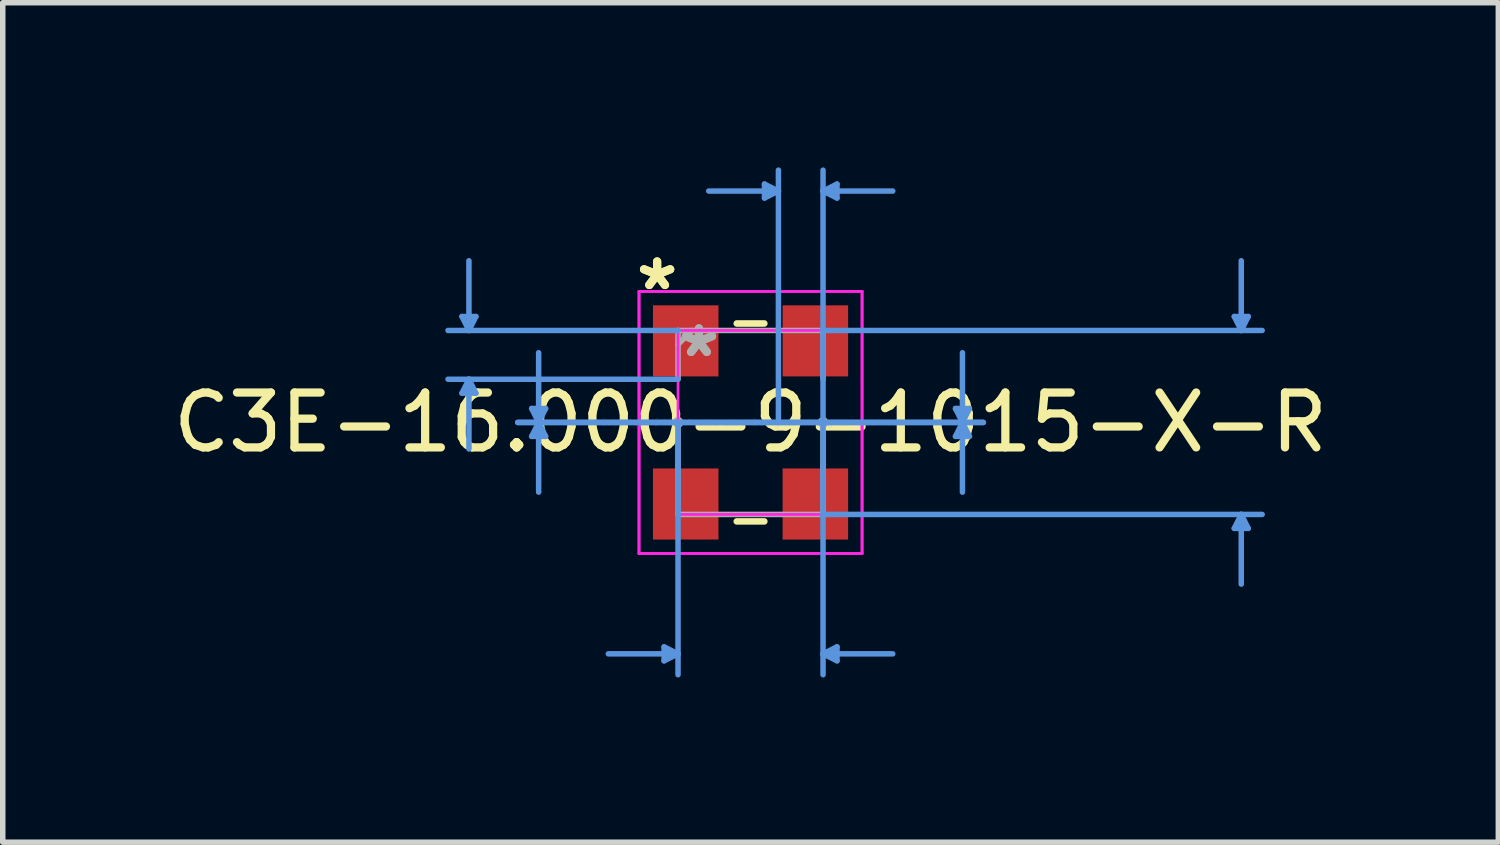
<source format=kicad_pcb>
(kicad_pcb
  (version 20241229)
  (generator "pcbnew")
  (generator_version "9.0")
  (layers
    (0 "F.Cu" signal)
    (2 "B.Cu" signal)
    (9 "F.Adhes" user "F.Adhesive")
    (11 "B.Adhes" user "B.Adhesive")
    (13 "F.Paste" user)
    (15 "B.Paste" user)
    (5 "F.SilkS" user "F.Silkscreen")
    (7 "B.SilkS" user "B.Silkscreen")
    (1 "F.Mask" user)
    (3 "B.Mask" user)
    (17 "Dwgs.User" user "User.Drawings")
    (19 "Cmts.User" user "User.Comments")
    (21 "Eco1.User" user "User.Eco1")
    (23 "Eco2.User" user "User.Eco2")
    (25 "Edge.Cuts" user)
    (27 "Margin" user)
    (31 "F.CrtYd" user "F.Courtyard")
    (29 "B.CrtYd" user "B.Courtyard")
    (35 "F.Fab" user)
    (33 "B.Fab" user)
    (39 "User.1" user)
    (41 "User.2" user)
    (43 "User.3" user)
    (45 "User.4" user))
  (footprint "C3E-16.000-9-1015-X-R"
    (layer "F.Cu")
    (at 10.625 4.647)
    (property "Reference" "C3E-16.000-9-1015-X-R" (at 0 0 0) (layer "F.SilkS") (effects (font (size 1 1) (thickness 0.15))))
    (attr through_hole)
    (fp_line (start -0.251 -1.803) (end 0.251 -1.803) (stroke (width 0.12) (type solid)) (layer "F.SilkS"))
    (fp_line (start -0.251 1.803) (end 0.251 1.803) (stroke (width 0.12) (type solid)) (layer "F.SilkS"))
    (fp_line (start -5.258 -1.93) (end -5.004 -1.93) (stroke (width 0.1) (type solid)) (layer "Cmts.User"))
    (fp_line (start -5.258 -0.533) (end -5.004 -0.533) (stroke (width 0.1) (type solid)) (layer "Cmts.User"))
    (fp_line (start -5.131 -1.676) (end -5.258 -1.93) (stroke (width 0.1) (type solid)) (layer "Cmts.User"))
    (fp_line (start -5.131 -1.676) (end -5.131 -2.946) (stroke (width 0.1) (type solid)) (layer "Cmts.User"))
    (fp_line (start -5.131 -1.676) (end -5.004 -1.93) (stroke (width 0.1) (type solid)) (layer "Cmts.User"))
    (fp_line (start -5.131 -0.787) (end -5.258 -0.533) (stroke (width 0.1) (type solid)) (layer "Cmts.User"))
    (fp_line (start -5.131 -0.787) (end -5.131 0.483) (stroke (width 0.1) (type solid)) (layer "Cmts.User"))
    (fp_line (start -5.131 -0.787) (end -5.004 -0.533) (stroke (width 0.1) (type solid)) (layer "Cmts.User"))
    (fp_line (start -3.988 -0.254) (end -3.734 -0.254) (stroke (width 0.1) (type solid)) (layer "Cmts.User"))
    (fp_line (start -3.988 0.254) (end -3.734 0.254) (stroke (width 0.1) (type solid)) (layer "Cmts.User"))
    (fp_line (start -3.861 0) (end -3.988 -0.254) (stroke (width 0.1) (type solid)) (layer "Cmts.User"))
    (fp_line (start -3.861 0) (end -3.988 0.254) (stroke (width 0.1) (type solid)) (layer "Cmts.User"))
    (fp_line (start -3.861 0) (end -3.861 -1.27) (stroke (width 0.1) (type solid)) (layer "Cmts.User"))
    (fp_line (start -3.861 0) (end -3.861 1.27) (stroke (width 0.1) (type solid)) (layer "Cmts.User"))
    (fp_line (start -3.861 0) (end -3.734 -0.254) (stroke (width 0.1) (type solid)) (layer "Cmts.User"))
    (fp_line (start -3.861 0) (end -3.734 0.254) (stroke (width 0.1) (type solid)) (layer "Cmts.User"))
    (fp_line (start -1.575 4.089) (end -1.575 4.343) (stroke (width 0.1) (type solid)) (layer "Cmts.User"))
    (fp_line (start -1.321 -1.676) (end -5.512 -1.676) (stroke (width 0.1) (type solid)) (layer "Cmts.User"))
    (fp_line (start -1.321 -0.787) (end -5.512 -0.787) (stroke (width 0.1) (type solid)) (layer "Cmts.User"))
    (fp_line (start -1.321 0) (end -1.321 4.597) (stroke (width 0.1) (type solid)) (layer "Cmts.User"))
    (fp_line (start -1.321 4.216) (end -2.591 4.216) (stroke (width 0.1) (type solid)) (layer "Cmts.User"))
    (fp_line (start -1.321 4.216) (end -1.575 4.089) (stroke (width 0.1) (type solid)) (layer "Cmts.User"))
    (fp_line (start -1.321 4.216) (end -1.575 4.343) (stroke (width 0.1) (type solid)) (layer "Cmts.User"))
    (fp_line (start 0.254 -4.343) (end 0.254 -4.089) (stroke (width 0.1) (type solid)) (layer "Cmts.User"))
    (fp_line (start 0.508 -4.216) (end -0.762 -4.216) (stroke (width 0.1) (type solid)) (layer "Cmts.User"))
    (fp_line (start 0.508 -4.216) (end 0.254 -4.343) (stroke (width 0.1) (type solid)) (layer "Cmts.User"))
    (fp_line (start 0.508 -4.216) (end 0.254 -4.089) (stroke (width 0.1) (type solid)) (layer "Cmts.User"))
    (fp_line (start 0.508 0) (end 0.508 -4.597) (stroke (width 0.1) (type solid)) (layer "Cmts.User"))
    (fp_line (start 1.321 -4.216) (end 1.575 -4.343) (stroke (width 0.1) (type solid)) (layer "Cmts.User"))
    (fp_line (start 1.321 -4.216) (end 1.575 -4.089) (stroke (width 0.1) (type solid)) (layer "Cmts.User"))
    (fp_line (start 1.321 -4.216) (end 2.591 -4.216) (stroke (width 0.1) (type solid)) (layer "Cmts.User"))
    (fp_line (start 1.321 -1.676) (end 9.322 -1.676) (stroke (width 0.1) (type solid)) (layer "Cmts.User"))
    (fp_line (start 1.321 0) (end -4.242 0) (stroke (width 0.1) (type solid)) (layer "Cmts.User"))
    (fp_line (start 1.321 0) (end -4.242 0) (stroke (width 0.1) (type solid)) (layer "Cmts.User"))
    (fp_line (start 1.321 0) (end 1.321 -4.597) (stroke (width 0.1) (type solid)) (layer "Cmts.User"))
    (fp_line (start 1.321 0) (end 1.321 4.597) (stroke (width 0.1) (type solid)) (layer "Cmts.User"))
    (fp_line (start 1.321 0) (end 4.242 0) (stroke (width 0.1) (type solid)) (layer "Cmts.User"))
    (fp_line (start 1.321 0) (end 4.242 0) (stroke (width 0.1) (type solid)) (layer "Cmts.User"))
    (fp_line (start 1.321 1.676) (end 9.322 1.676) (stroke (width 0.1) (type solid)) (layer "Cmts.User"))
    (fp_line (start 1.321 4.216) (end 1.575 4.089) (stroke (width 0.1) (type solid)) (layer "Cmts.User"))
    (fp_line (start 1.321 4.216) (end 1.575 4.343) (stroke (width 0.1) (type solid)) (layer "Cmts.User"))
    (fp_line (start 1.321 4.216) (end 2.591 4.216) (stroke (width 0.1) (type solid)) (layer "Cmts.User"))
    (fp_line (start 1.575 -4.343) (end 1.575 -4.089) (stroke (width 0.1) (type solid)) (layer "Cmts.User"))
    (fp_line (start 1.575 4.089) (end 1.575 4.343) (stroke (width 0.1) (type solid)) (layer "Cmts.User"))
    (fp_line (start 3.734 -0.254) (end 3.988 -0.254) (stroke (width 0.1) (type solid)) (layer "Cmts.User"))
    (fp_line (start 3.734 0.254) (end 3.988 0.254) (stroke (width 0.1) (type solid)) (layer "Cmts.User"))
    (fp_line (start 3.861 0) (end 3.734 -0.254) (stroke (width 0.1) (type solid)) (layer "Cmts.User"))
    (fp_line (start 3.861 0) (end 3.734 0.254) (stroke (width 0.1) (type solid)) (layer "Cmts.User"))
    (fp_line (start 3.861 0) (end 3.861 -1.27) (stroke (width 0.1) (type solid)) (layer "Cmts.User"))
    (fp_line (start 3.861 0) (end 3.861 1.27) (stroke (width 0.1) (type solid)) (layer "Cmts.User"))
    (fp_line (start 3.861 0) (end 3.988 -0.254) (stroke (width 0.1) (type solid)) (layer "Cmts.User"))
    (fp_line (start 3.861 0) (end 3.988 0.254) (stroke (width 0.1) (type solid)) (layer "Cmts.User"))
    (fp_line (start 8.814 -1.93) (end 9.068 -1.93) (stroke (width 0.1) (type solid)) (layer "Cmts.User"))
    (fp_line (start 8.814 1.93) (end 9.068 1.93) (stroke (width 0.1) (type solid)) (layer "Cmts.User"))
    (fp_line (start 8.941 -1.676) (end 8.814 -1.93) (stroke (width 0.1) (type solid)) (layer "Cmts.User"))
    (fp_line (start 8.941 -1.676) (end 8.941 -2.946) (stroke (width 0.1) (type solid)) (layer "Cmts.User"))
    (fp_line (start 8.941 -1.676) (end 9.068 -1.93) (stroke (width 0.1) (type solid)) (layer "Cmts.User"))
    (fp_line (start 8.941 1.676) (end 8.814 1.93) (stroke (width 0.1) (type solid)) (layer "Cmts.User"))
    (fp_line (start 8.941 1.676) (end 8.941 2.946) (stroke (width 0.1) (type solid)) (layer "Cmts.User"))
    (fp_line (start 8.941 1.676) (end 9.068 1.93) (stroke (width 0.1) (type solid)) (layer "Cmts.User"))
    (fp_line (start -2.032 -2.388) (end 2.032 -2.388) (stroke (width 0.05) (type solid)) (layer "F.CrtYd"))
    (fp_line (start -2.032 -2.388) (end 2.032 -2.388) (stroke (width 0.05) (type solid)) (layer "F.CrtYd"))
    (fp_line (start -2.032 2.388) (end -2.032 -2.388) (stroke (width 0.05) (type solid)) (layer "F.CrtYd"))
    (fp_line (start -2.032 2.388) (end -2.032 -2.388) (stroke (width 0.05) (type solid)) (layer "F.CrtYd"))
    (fp_line (start -1.321 -1.676) (end 1.321 -1.676) (stroke (width 0.05) (type solid)) (layer "F.CrtYd"))
    (fp_line (start -1.321 1.676) (end -1.321 -1.676) (stroke (width 0.05) (type solid)) (layer "F.CrtYd"))
    (fp_line (start 1.321 -1.676) (end 1.321 1.676) (stroke (width 0.05) (type solid)) (layer "F.CrtYd"))
    (fp_line (start 1.321 1.676) (end -1.321 1.676) (stroke (width 0.05) (type solid)) (layer "F.CrtYd"))
    (fp_line (start 2.032 -2.388) (end 2.032 2.388) (stroke (width 0.05) (type solid)) (layer "F.CrtYd"))
    (fp_line (start 2.032 -2.388) (end 2.032 2.388) (stroke (width 0.05) (type solid)) (layer "F.CrtYd"))
    (fp_line (start 2.032 2.388) (end -2.032 2.388) (stroke (width 0.05) (type solid)) (layer "F.CrtYd"))
    (fp_line (start 2.032 2.388) (end -2.032 2.388) (stroke (width 0.05) (type solid)) (layer "F.CrtYd"))
    (fp_line (start -1.321 -1.676) (end 1.321 -1.676) (stroke (width 0.1) (type solid)) (layer "F.Fab"))
    (fp_line (start -1.321 -0.787) (end -1.321 -1.676) (stroke (width 0.1) (type solid)) (layer "F.Fab"))
    (fp_line (start -1.321 0) (end -1.321 0.787) (stroke (width 0.1) (type solid)) (layer "F.Fab"))
    (fp_line (start -1.321 0.787) (end -1.321 1.676) (stroke (width 0.1) (type solid)) (layer "F.Fab"))
    (fp_line (start -1.321 1.676) (end 1.321 1.676) (stroke (width 0.1) (type solid)) (layer "F.Fab"))
    (fp_line (start -1.067 -1.676) (end -1.321 -1.422) (stroke (width 0.1) (type solid)) (layer "F.Fab"))
    (fp_line (start 1.321 -0.787) (end 1.321 -1.676) (stroke (width 0.1) (type solid)) (layer "F.Fab"))
    (fp_line (start 1.321 0) (end 1.321 0.787) (stroke (width 0.1) (type solid)) (layer "F.Fab"))
    (fp_line (start 1.321 0.787) (end 1.321 1.676) (stroke (width 0.1) (type solid)) (layer "F.Fab"))
    (fp_arc (start -1.3208 0) (mid -1.3208 0) (end -1.3208 0) (stroke (width 0.1) (type solid)) (layer "F.Fab"))
    (fp_arc (start 1.3208 0) (mid 1.3208 0) (end 1.3208 0) (stroke (width 0.1) (type solid)) (layer "F.Fab"))
    (fp_text user "*" (at -1.702 -2.388 0) (layer "F.SilkS") (effects (font (size 1 1) (thickness 0.15))))
    (fp_text user "*" (at -1.702 -2.388 0) (layer "F.SilkS") (effects (font (size 1 1) (thickness 0.15))))
    (fp_text user "Copyright 2021 Accelerated Designs. All rights reserved." (at 0 0 0) (layer "Cmts.User") (effects (font (size 0.127 0.127) (thickness 0.002))))
    (fp_text user "*" (at -0.94 -1.168 0) (layer "F.Fab") (effects (font (size 1 1) (thickness 0.15))))
    (fp_text user "*" (at -0.94 -1.168 0) (layer "F.Fab") (effects (font (size 1 1) (thickness 0.15))))
    (pad "1" smd rect (at -1.181 -1.486) (size 1.194 1.295) (layers "F.Cu" "F.Mask" "F.Paste"))
    (pad "2" smd rect (at -1.181 1.486) (size 1.194 1.295) (layers "F.Cu" "F.Mask" "F.Paste"))
    (pad "3" smd rect (at 1.181 1.486) (size 1.194 1.295) (layers "F.Cu" "F.Mask" "F.Paste"))
    (pad "4" smd rect (at 1.181 -1.486) (size 1.194 1.295) (layers "F.Cu" "F.Mask" "F.Paste")))
  (gr_rect
    (start -3 -3)
    (end 24.25 12.295)
    (stroke (width 0.1) (type default))
    (fill no)
    (layer "Edge.Cuts")))
</source>
